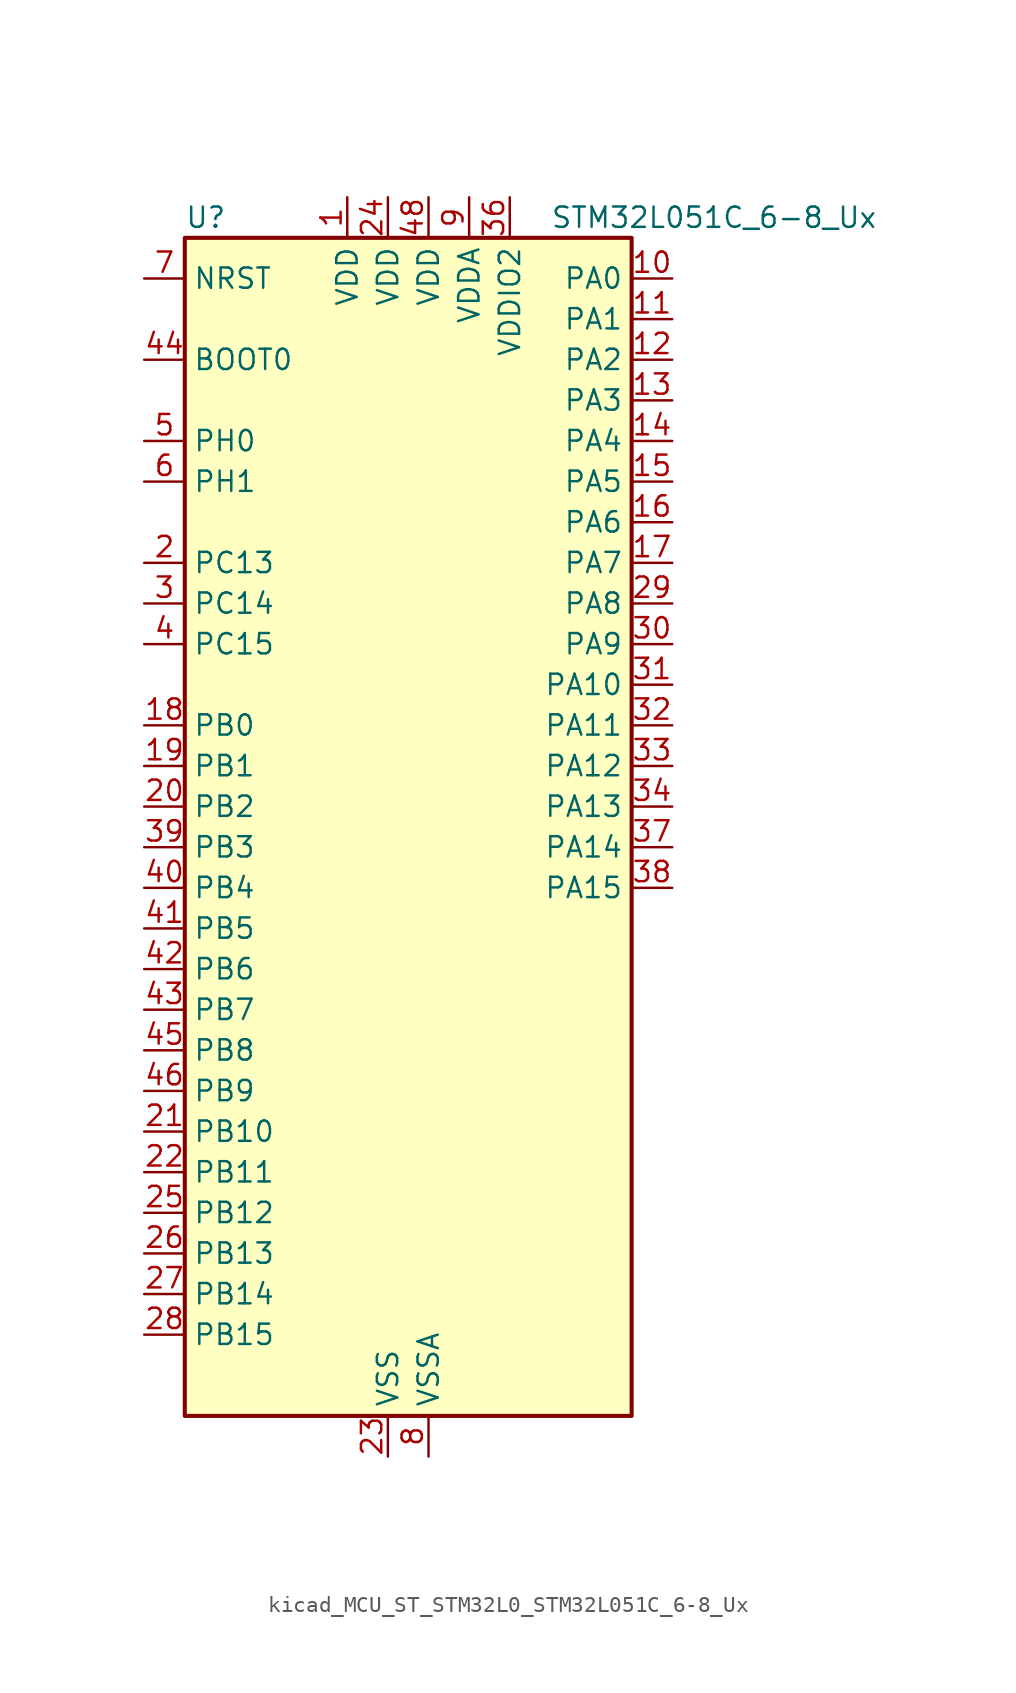
<source format=kicad_sym>
(kicad_symbol_lib
  (version 20220914)
  (generator kicad_symbol_editor)
  (symbol "kicad_MCU_ST_STM32L0_STM32L051C_6-8_Ux"
    (property "Reference" "U"
      (at -12.7 39.37 0)
      (effects (font (size 1.27 1.27)) (justify left)))
    (property "Value" "STM32L051C_6-8_Ux"
      (at 10.16 39.37 0)
      (effects (font (size 1.27 1.27)) (justify left)))
    (property "ki_locked" ""
      (at 0 0 0)
      (effects (font (size 1.27 1.27))))
    (symbol "kicad_MCU_ST_STM32L0_STM32L051C_6-8_Ux_0_1"
      (rectangle (start -12.7 -35.56) (end 15.24 38.1) (stroke (width 0.254) (type default)) (fill (type background))))
    (symbol "kicad_MCU_ST_STM32L0_STM32L051C_6-8_Ux_1_1"
      (pin power_in line (at -2.54 40.64 270) (length 2.54) (name "VDD" (effects (font (size 1.27 1.27)))) (number "1" (effects (font (size 1.27 1.27)))))
      (pin bidirectional line (at 17.78 35.56 180) (length 2.54) (name "PA0" (effects (font (size 1.27 1.27)))) (number "10" (effects (font (size 1.27 1.27)))) (alternate "ADC_IN0" bidirectional line) (alternate "COMP1_INM" bidirectional line) (alternate "COMP1_OUT" bidirectional line) (alternate "RTC_TAMP2" bidirectional line) (alternate "SYS_WKUP1" bidirectional line) (alternate "TIM2_CH1" bidirectional line) (alternate "TIM2_ETR" bidirectional line) (alternate "USART2_CTS" bidirectional line))
      (pin bidirectional line (at 17.78 33.02 180) (length 2.54) (name "PA1" (effects (font (size 1.27 1.27)))) (number "11" (effects (font (size 1.27 1.27)))) (alternate "ADC_IN1" bidirectional line) (alternate "COMP1_INP" bidirectional line) (alternate "TIM21_ETR" bidirectional line) (alternate "TIM2_CH2" bidirectional line) (alternate "USART2_DE" bidirectional line) (alternate "USART2_RTS" bidirectional line))
      (pin bidirectional line (at 17.78 30.48 180) (length 2.54) (name "PA2" (effects (font (size 1.27 1.27)))) (number "12" (effects (font (size 1.27 1.27)))) (alternate "ADC_IN2" bidirectional line) (alternate "COMP2_INM" bidirectional line) (alternate "COMP2_OUT" bidirectional line) (alternate "TIM21_CH1" bidirectional line) (alternate "TIM2_CH3" bidirectional line) (alternate "USART2_TX" bidirectional line))
      (pin bidirectional line (at 17.78 27.94 180) (length 2.54) (name "PA3" (effects (font (size 1.27 1.27)))) (number "13" (effects (font (size 1.27 1.27)))) (alternate "ADC_IN3" bidirectional line) (alternate "COMP2_INP" bidirectional line) (alternate "TIM21_CH2" bidirectional line) (alternate "TIM2_CH4" bidirectional line) (alternate "USART2_RX" bidirectional line))
      (pin bidirectional line (at 17.78 25.4 180) (length 2.54) (name "PA4" (effects (font (size 1.27 1.27)))) (number "14" (effects (font (size 1.27 1.27)))) (alternate "ADC_IN4" bidirectional line) (alternate "COMP1_INM" bidirectional line) (alternate "COMP2_INM" bidirectional line) (alternate "SPI1_NSS" bidirectional line) (alternate "TIM22_ETR" bidirectional line) (alternate "USART2_CK" bidirectional line))
      (pin bidirectional line (at 17.78 22.86 180) (length 2.54) (name "PA5" (effects (font (size 1.27 1.27)))) (number "15" (effects (font (size 1.27 1.27)))) (alternate "ADC_IN5" bidirectional line) (alternate "COMP1_INM" bidirectional line) (alternate "COMP2_INM" bidirectional line) (alternate "SPI1_SCK" bidirectional line) (alternate "TIM2_CH1" bidirectional line) (alternate "TIM2_ETR" bidirectional line))
      (pin bidirectional line (at 17.78 20.32 180) (length 2.54) (name "PA6" (effects (font (size 1.27 1.27)))) (number "16" (effects (font (size 1.27 1.27)))) (alternate "ADC_IN6" bidirectional line) (alternate "COMP1_OUT" bidirectional line) (alternate "LPUART1_CTS" bidirectional line) (alternate "SPI1_MISO" bidirectional line) (alternate "TIM22_CH1" bidirectional line))
      (pin bidirectional line (at 17.78 17.78 180) (length 2.54) (name "PA7" (effects (font (size 1.27 1.27)))) (number "17" (effects (font (size 1.27 1.27)))) (alternate "ADC_IN7" bidirectional line) (alternate "COMP2_OUT" bidirectional line) (alternate "SPI1_MOSI" bidirectional line) (alternate "TIM22_CH2" bidirectional line))
      (pin bidirectional line (at -15.24 7.62 0) (length 2.54) (name "PB0" (effects (font (size 1.27 1.27)))) (number "18" (effects (font (size 1.27 1.27)))) (alternate "ADC_IN8" bidirectional line) (alternate "SYS_VREF_OUT_PB0" bidirectional line))
      (pin bidirectional line (at -15.24 5.08 0) (length 2.54) (name "PB1" (effects (font (size 1.27 1.27)))) (number "19" (effects (font (size 1.27 1.27)))) (alternate "ADC_IN9" bidirectional line) (alternate "LPUART1_DE" bidirectional line) (alternate "LPUART1_RTS" bidirectional line) (alternate "SYS_VREF_OUT_PB1" bidirectional line))
      (pin bidirectional line (at -15.24 17.78 0) (length 2.54) (name "PC13" (effects (font (size 1.27 1.27)))) (number "2" (effects (font (size 1.27 1.27)))) (alternate "RTC_OUT_ALARM" bidirectional line) (alternate "RTC_OUT_CALIB" bidirectional line) (alternate "RTC_TAMP1" bidirectional line) (alternate "RTC_TS" bidirectional line) (alternate "SYS_WKUP2" bidirectional line))
      (pin bidirectional line (at -15.24 2.54 0) (length 2.54) (name "PB2" (effects (font (size 1.27 1.27)))) (number "20" (effects (font (size 1.27 1.27)))) (alternate "LPTIM1_OUT" bidirectional line))
      (pin bidirectional line (at -15.24 -17.78 0) (length 2.54) (name "PB10" (effects (font (size 1.27 1.27)))) (number "21" (effects (font (size 1.27 1.27)))) (alternate "I2C2_SCL" bidirectional line) (alternate "LPUART1_TX" bidirectional line) (alternate "SPI2_SCK" bidirectional line) (alternate "TIM2_CH3" bidirectional line))
      (pin bidirectional line (at -15.24 -20.32 0) (length 2.54) (name "PB11" (effects (font (size 1.27 1.27)))) (number "22" (effects (font (size 1.27 1.27)))) (alternate "ADC_EXTI11" bidirectional line) (alternate "I2C2_SDA" bidirectional line) (alternate "LPUART1_RX" bidirectional line) (alternate "TIM2_CH4" bidirectional line))
      (pin power_in line (at 0 -38.1 90) (length 2.54) (name "VSS" (effects (font (size 1.27 1.27)))) (number "23" (effects (font (size 1.27 1.27)))))
      (pin power_in line (at 0 40.64 270) (length 2.54) (name "VDD" (effects (font (size 1.27 1.27)))) (number "24" (effects (font (size 1.27 1.27)))))
      (pin bidirectional line (at -15.24 -22.86 0) (length 2.54) (name "PB12" (effects (font (size 1.27 1.27)))) (number "25" (effects (font (size 1.27 1.27)))) (alternate "I2S2_WS" bidirectional line) (alternate "LPUART1_DE" bidirectional line) (alternate "LPUART1_RTS" bidirectional line) (alternate "SPI2_NSS" bidirectional line))
      (pin bidirectional line (at -15.24 -25.4 0) (length 2.54) (name "PB13" (effects (font (size 1.27 1.27)))) (number "26" (effects (font (size 1.27 1.27)))) (alternate "I2C2_SCL" bidirectional line) (alternate "I2S2_CK" bidirectional line) (alternate "LPUART1_CTS" bidirectional line) (alternate "SPI2_SCK" bidirectional line) (alternate "TIM21_CH1" bidirectional line))
      (pin bidirectional line (at -15.24 -27.94 0) (length 2.54) (name "PB14" (effects (font (size 1.27 1.27)))) (number "27" (effects (font (size 1.27 1.27)))) (alternate "I2C2_SDA" bidirectional line) (alternate "I2S2_MCK" bidirectional line) (alternate "LPUART1_DE" bidirectional line) (alternate "LPUART1_RTS" bidirectional line) (alternate "RTC_OUT_ALARM" bidirectional line) (alternate "RTC_OUT_CALIB" bidirectional line) (alternate "SPI2_MISO" bidirectional line) (alternate "TIM21_CH2" bidirectional line))
      (pin bidirectional line (at -15.24 -30.48 0) (length 2.54) (name "PB15" (effects (font (size 1.27 1.27)))) (number "28" (effects (font (size 1.27 1.27)))) (alternate "I2S2_SD" bidirectional line) (alternate "RTC_REFIN" bidirectional line) (alternate "SPI2_MOSI" bidirectional line))
      (pin bidirectional line (at 17.78 15.24 180) (length 2.54) (name "PA8" (effects (font (size 1.27 1.27)))) (number "29" (effects (font (size 1.27 1.27)))) (alternate "RCC_MCO" bidirectional line) (alternate "USART1_CK" bidirectional line))
      (pin bidirectional line (at -15.24 15.24 0) (length 2.54) (name "PC14" (effects (font (size 1.27 1.27)))) (number "3" (effects (font (size 1.27 1.27)))) (alternate "RCC_OSC32_IN" bidirectional line))
      (pin bidirectional line (at 17.78 12.7 180) (length 2.54) (name "PA9" (effects (font (size 1.27 1.27)))) (number "30" (effects (font (size 1.27 1.27)))) (alternate "RCC_MCO" bidirectional line) (alternate "USART1_TX" bidirectional line))
      (pin bidirectional line (at 17.78 10.16 180) (length 2.54) (name "PA10" (effects (font (size 1.27 1.27)))) (number "31" (effects (font (size 1.27 1.27)))) (alternate "USART1_RX" bidirectional line))
      (pin bidirectional line (at 17.78 7.62 180) (length 2.54) (name "PA11" (effects (font (size 1.27 1.27)))) (number "32" (effects (font (size 1.27 1.27)))) (alternate "ADC_EXTI11" bidirectional line) (alternate "COMP1_OUT" bidirectional line) (alternate "SPI1_MISO" bidirectional line) (alternate "USART1_CTS" bidirectional line))
      (pin bidirectional line (at 17.78 5.08 180) (length 2.54) (name "PA12" (effects (font (size 1.27 1.27)))) (number "33" (effects (font (size 1.27 1.27)))) (alternate "COMP2_OUT" bidirectional line) (alternate "SPI1_MOSI" bidirectional line) (alternate "USART1_DE" bidirectional line) (alternate "USART1_RTS" bidirectional line))
      (pin bidirectional line (at 17.78 2.54 180) (length 2.54) (name "PA13" (effects (font (size 1.27 1.27)))) (number "34" (effects (font (size 1.27 1.27)))) (alternate "SYS_SWDIO" bidirectional line))
      (pin passive line (at 0 -38.1 90) (length 2.54) hide (name "VSS" (effects (font (size 1.27 1.27)))) (number "35" (effects (font (size 1.27 1.27)))))
      (pin power_in line (at 7.62 40.64 270) (length 2.54) (name "VDDIO2" (effects (font (size 1.27 1.27)))) (number "36" (effects (font (size 1.27 1.27)))))
      (pin bidirectional line (at 17.78 0 180) (length 2.54) (name "PA14" (effects (font (size 1.27 1.27)))) (number "37" (effects (font (size 1.27 1.27)))) (alternate "SYS_SWCLK" bidirectional line) (alternate "USART2_TX" bidirectional line))
      (pin bidirectional line (at 17.78 -2.54 180) (length 2.54) (name "PA15" (effects (font (size 1.27 1.27)))) (number "38" (effects (font (size 1.27 1.27)))) (alternate "SPI1_NSS" bidirectional line) (alternate "TIM2_CH1" bidirectional line) (alternate "TIM2_ETR" bidirectional line) (alternate "USART2_RX" bidirectional line))
      (pin bidirectional line (at -15.24 0 0) (length 2.54) (name "PB3" (effects (font (size 1.27 1.27)))) (number "39" (effects (font (size 1.27 1.27)))) (alternate "COMP2_INM" bidirectional line) (alternate "SPI1_SCK" bidirectional line) (alternate "TIM2_CH2" bidirectional line))
      (pin bidirectional line (at -15.24 12.7 0) (length 2.54) (name "PC15" (effects (font (size 1.27 1.27)))) (number "4" (effects (font (size 1.27 1.27)))) (alternate "RCC_OSC32_OUT" bidirectional line))
      (pin bidirectional line (at -15.24 -2.54 0) (length 2.54) (name "PB4" (effects (font (size 1.27 1.27)))) (number "40" (effects (font (size 1.27 1.27)))) (alternate "COMP2_INP" bidirectional line) (alternate "SPI1_MISO" bidirectional line) (alternate "TIM22_CH1" bidirectional line))
      (pin bidirectional line (at -15.24 -5.08 0) (length 2.54) (name "PB5" (effects (font (size 1.27 1.27)))) (number "41" (effects (font (size 1.27 1.27)))) (alternate "COMP2_INP" bidirectional line) (alternate "I2C1_SMBA" bidirectional line) (alternate "LPTIM1_IN1" bidirectional line) (alternate "SPI1_MOSI" bidirectional line) (alternate "TIM22_CH2" bidirectional line))
      (pin bidirectional line (at -15.24 -7.62 0) (length 2.54) (name "PB6" (effects (font (size 1.27 1.27)))) (number "42" (effects (font (size 1.27 1.27)))) (alternate "COMP2_INP" bidirectional line) (alternate "I2C1_SCL" bidirectional line) (alternate "LPTIM1_ETR" bidirectional line) (alternate "USART1_TX" bidirectional line))
      (pin bidirectional line (at -15.24 -10.16 0) (length 2.54) (name "PB7" (effects (font (size 1.27 1.27)))) (number "43" (effects (font (size 1.27 1.27)))) (alternate "COMP2_INP" bidirectional line) (alternate "I2C1_SDA" bidirectional line) (alternate "LPTIM1_IN2" bidirectional line) (alternate "SYS_PVD_IN" bidirectional line) (alternate "USART1_RX" bidirectional line))
      (pin input line (at -15.24 30.48 0) (length 2.54) (name "BOOT0" (effects (font (size 1.27 1.27)))) (number "44" (effects (font (size 1.27 1.27)))))
      (pin bidirectional line (at -15.24 -12.7 0) (length 2.54) (name "PB8" (effects (font (size 1.27 1.27)))) (number "45" (effects (font (size 1.27 1.27)))) (alternate "I2C1_SCL" bidirectional line))
      (pin bidirectional line (at -15.24 -15.24 0) (length 2.54) (name "PB9" (effects (font (size 1.27 1.27)))) (number "46" (effects (font (size 1.27 1.27)))) (alternate "I2C1_SDA" bidirectional line) (alternate "I2S2_WS" bidirectional line) (alternate "SPI2_NSS" bidirectional line))
      (pin passive line (at 0 -38.1 90) (length 2.54) hide (name "VSS" (effects (font (size 1.27 1.27)))) (number "47" (effects (font (size 1.27 1.27)))))
      (pin power_in line (at 2.54 40.64 270) (length 2.54) (name "VDD" (effects (font (size 1.27 1.27)))) (number "48" (effects (font (size 1.27 1.27)))))
      (pin passive line (at 0 -38.1 90) (length 2.54) hide (name "VSS" (effects (font (size 1.27 1.27)))) (number "49" (effects (font (size 1.27 1.27)))))
      (pin bidirectional line (at -15.24 25.4 0) (length 2.54) (name "PH0" (effects (font (size 1.27 1.27)))) (number "5" (effects (font (size 1.27 1.27)))) (alternate "RCC_OSC_IN" bidirectional line))
      (pin bidirectional line (at -15.24 22.86 0) (length 2.54) (name "PH1" (effects (font (size 1.27 1.27)))) (number "6" (effects (font (size 1.27 1.27)))) (alternate "RCC_OSC_OUT" bidirectional line))
      (pin input line (at -15.24 35.56 0) (length 2.54) (name "NRST" (effects (font (size 1.27 1.27)))) (number "7" (effects (font (size 1.27 1.27)))))
      (pin power_in line (at 2.54 -38.1 90) (length 2.54) (name "VSSA" (effects (font (size 1.27 1.27)))) (number "8" (effects (font (size 1.27 1.27)))))
      (pin power_in line (at 5.08 40.64 270) (length 2.54) (name "VDDA" (effects (font (size 1.27 1.27)))) (number "9" (effects (font (size 1.27 1.27))))))))
</source>
